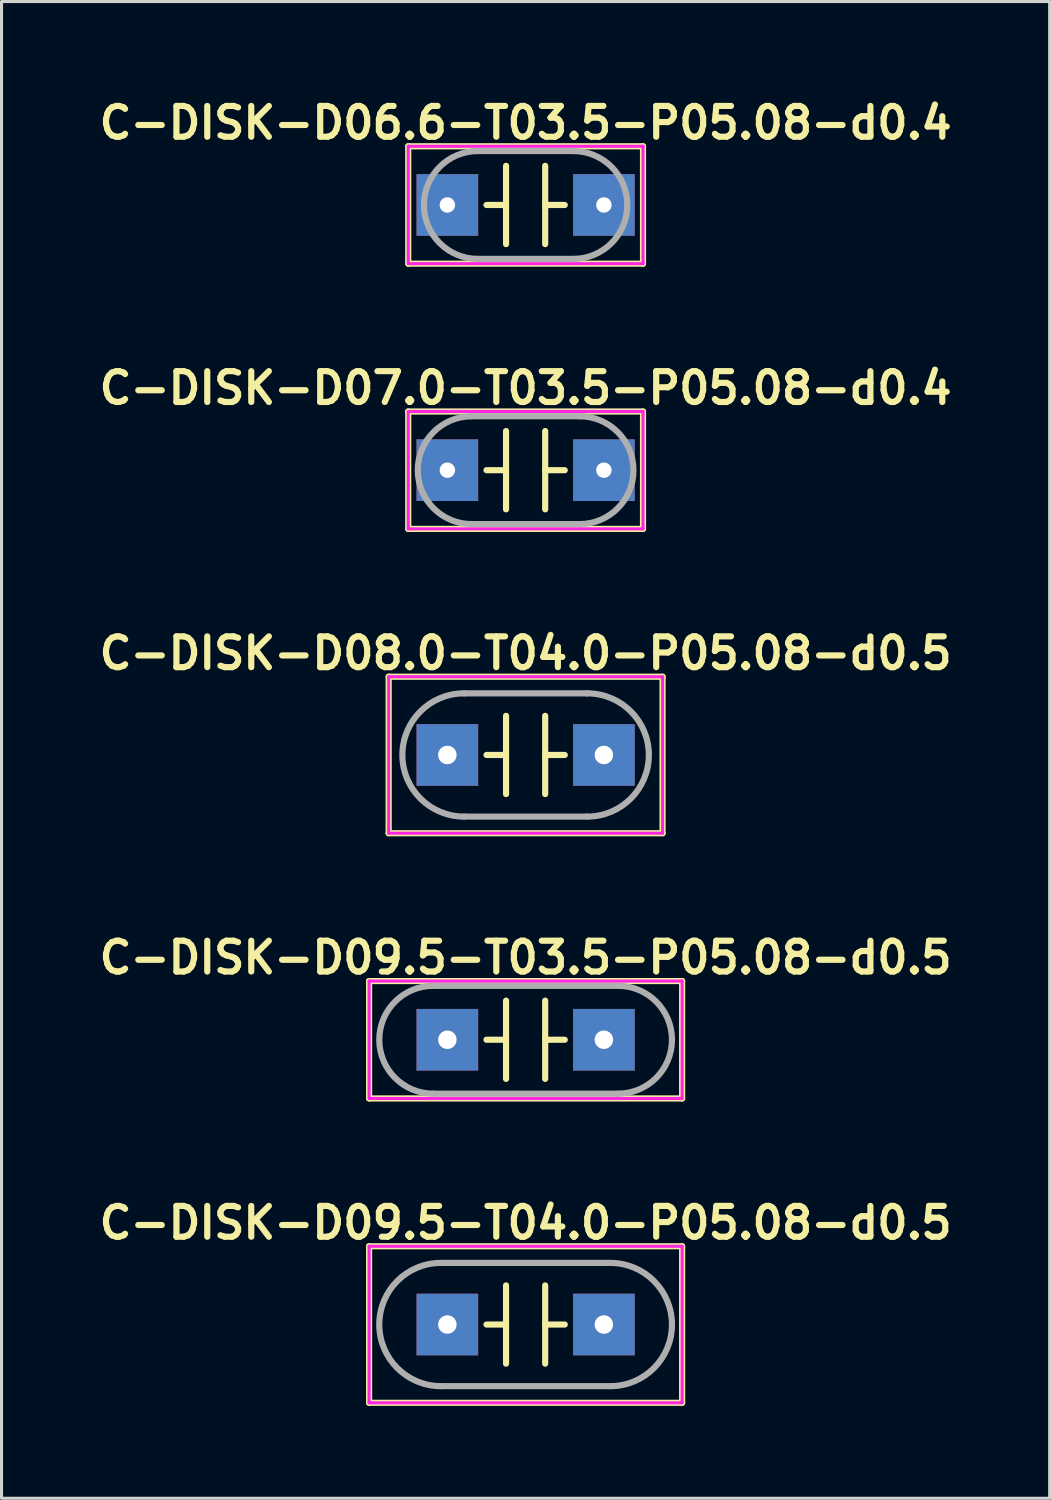
<source format=kicad_pcb>
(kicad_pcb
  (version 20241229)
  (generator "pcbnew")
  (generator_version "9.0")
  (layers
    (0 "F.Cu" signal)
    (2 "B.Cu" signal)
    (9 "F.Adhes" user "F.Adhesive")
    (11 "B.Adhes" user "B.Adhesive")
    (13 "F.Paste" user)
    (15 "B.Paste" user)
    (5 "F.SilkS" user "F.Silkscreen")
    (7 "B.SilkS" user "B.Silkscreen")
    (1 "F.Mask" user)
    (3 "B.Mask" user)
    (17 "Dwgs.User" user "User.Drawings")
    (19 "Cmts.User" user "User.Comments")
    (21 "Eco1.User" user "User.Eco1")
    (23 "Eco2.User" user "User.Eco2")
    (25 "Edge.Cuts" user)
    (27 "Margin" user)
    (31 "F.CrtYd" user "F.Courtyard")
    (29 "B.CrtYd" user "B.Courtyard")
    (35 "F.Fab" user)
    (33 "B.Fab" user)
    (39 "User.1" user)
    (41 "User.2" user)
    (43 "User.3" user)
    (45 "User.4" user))
  (footprint "C-DISK-D09.5-T04.0-P05.08-d0.5"
    (layer "F.Cu")
    (at 14.01 39.94)
    (property "Reference" "C-DISK-D09.5-T04.0-P05.08-d0.5" (at 0 -3.302 0) (layer "F.SilkS") (effects (font (size 1 1) (thickness 0.2))))
    (attr through_hole)
    (fp_line (start -5.08 -2.54) (end -5.08 2.54) (stroke (width 0.2) (type solid)) (layer "F.SilkS"))
    (fp_line (start -5.08 -2.54) (end 5.08 -2.54) (stroke (width 0.2) (type solid)) (layer "F.SilkS"))
    (fp_line (start -5.08 2.54) (end 5.08 2.54) (stroke (width 0.2) (type solid)) (layer "F.SilkS"))
    (fp_line (start -1.27 0) (end -0.635 0) (stroke (width 0.2) (type solid)) (layer "F.SilkS"))
    (fp_line (start -0.635 -1.27) (end -0.635 1.27) (stroke (width 0.2) (type solid)) (layer "F.SilkS"))
    (fp_line (start 0.635 -1.27) (end 0.635 1.27) (stroke (width 0.2) (type solid)) (layer "F.SilkS"))
    (fp_line (start 0.635 0) (end 1.27 0) (stroke (width 0.2) (type solid)) (layer "F.SilkS"))
    (fp_line (start 5.08 -2.54) (end 5.08 2.54) (stroke (width 0.2) (type solid)) (layer "F.SilkS"))
    (fp_line (start -5.08 -2.54) (end -5.08 2.54) (stroke (width 0.1) (type solid)) (layer "F.CrtYd"))
    (fp_line (start -5.08 -2.54) (end 5.08 -2.54) (stroke (width 0.1) (type solid)) (layer "F.CrtYd"))
    (fp_line (start -5.08 2.54) (end 5.08 2.54) (stroke (width 0.1) (type solid)) (layer "F.CrtYd"))
    (fp_line (start 5.08 -2.54) (end 5.08 2.54) (stroke (width 0.1) (type solid)) (layer "F.CrtYd"))
    (fp_line (start -2.75 -2) (end 2.75 -2) (stroke (width 0.2) (type solid)) (layer "F.Fab"))
    (fp_line (start -2.75 2) (end 2.75 2) (stroke (width 0.2) (type solid)) (layer "F.Fab"))
    (fp_arc (start -2.75 2) (mid -4.75 0) (end -2.75 -2) (stroke (width 0.2) (type solid)) (layer "F.Fab"))
    (fp_arc (start 2.75 -2) (mid 4.75 0) (end 2.75 2) (stroke (width 0.2) (type solid)) (layer "F.Fab"))
    (pad "1" thru_hole rect (at -2.54 0) (size 2 2) (drill 0.6) (layers "*.Cu" "*.Mask"))
    (pad "2" thru_hole rect (at 2.54 0) (size 2 2) (drill 0.6) (layers "*.Cu" "*.Mask")))
  (footprint "C-DISK-D08.0-T04.0-P05.08-d0.5"
    (layer "F.Cu")
    (at 14.01 21.454)
    (property "Reference" "C-DISK-D08.0-T04.0-P05.08-d0.5" (at 0 -3.302 0) (layer "F.SilkS") (effects (font (size 1 1) (thickness 0.2))))
    (attr through_hole)
    (fp_line (start -4.445 -2.54) (end -4.445 2.54) (stroke (width 0.2) (type solid)) (layer "F.SilkS"))
    (fp_line (start -4.445 -2.54) (end 4.445 -2.54) (stroke (width 0.2) (type solid)) (layer "F.SilkS"))
    (fp_line (start -4.445 2.54) (end 4.445 2.54) (stroke (width 0.2) (type solid)) (layer "F.SilkS"))
    (fp_line (start -1.27 0) (end -0.635 0) (stroke (width 0.2) (type solid)) (layer "F.SilkS"))
    (fp_line (start -0.635 -1.27) (end -0.635 1.27) (stroke (width 0.2) (type solid)) (layer "F.SilkS"))
    (fp_line (start 0.635 -1.27) (end 0.635 1.27) (stroke (width 0.2) (type solid)) (layer "F.SilkS"))
    (fp_line (start 0.635 0) (end 1.27 0) (stroke (width 0.2) (type solid)) (layer "F.SilkS"))
    (fp_line (start 4.445 -2.54) (end 4.445 2.54) (stroke (width 0.2) (type solid)) (layer "F.SilkS"))
    (fp_line (start -4.445 -2.54) (end -4.445 2.54) (stroke (width 0.1) (type solid)) (layer "F.CrtYd"))
    (fp_line (start -4.445 -2.54) (end 4.445 -2.54) (stroke (width 0.1) (type solid)) (layer "F.CrtYd"))
    (fp_line (start -4.445 2.54) (end 4.445 2.54) (stroke (width 0.1) (type solid)) (layer "F.CrtYd"))
    (fp_line (start 4.445 -2.54) (end 4.445 2.54) (stroke (width 0.1) (type solid)) (layer "F.CrtYd"))
    (fp_line (start -2 -2) (end 2 -2) (stroke (width 0.2) (type solid)) (layer "F.Fab"))
    (fp_line (start -2 2) (end 2 2) (stroke (width 0.2) (type solid)) (layer "F.Fab"))
    (fp_arc (start -2 2) (mid -4 0) (end -2 -2) (stroke (width 0.2) (type solid)) (layer "F.Fab"))
    (fp_arc (start 2 -2) (mid 4 0) (end 2 2) (stroke (width 0.2) (type solid)) (layer "F.Fab"))
    (pad "1" thru_hole rect (at -2.54 0) (size 2 2) (drill 0.6) (layers "*.Cu" "*.Mask"))
    (pad "2" thru_hole rect (at 2.54 0) (size 2 2) (drill 0.6) (layers "*.Cu" "*.Mask")))
  (footprint "C-DISK-D07.0-T03.5-P05.08-d0.4"
    (layer "F.Cu")
    (at 14.01 12.211)
    (property "Reference" "C-DISK-D07.0-T03.5-P05.08-d0.4" (at 0 -2.667 0) (layer "F.SilkS") (effects (font (size 1 1) (thickness 0.2))))
    (attr through_hole)
    (fp_line (start -3.81 -1.905) (end -3.81 1.905) (stroke (width 0.2) (type solid)) (layer "F.SilkS"))
    (fp_line (start -3.81 -1.905) (end 3.81 -1.905) (stroke (width 0.2) (type solid)) (layer "F.SilkS"))
    (fp_line (start -3.81 1.905) (end 3.81 1.905) (stroke (width 0.2) (type solid)) (layer "F.SilkS"))
    (fp_line (start -1.27 0) (end -0.635 0) (stroke (width 0.2) (type solid)) (layer "F.SilkS"))
    (fp_line (start -0.635 -1.27) (end -0.635 1.27) (stroke (width 0.2) (type solid)) (layer "F.SilkS"))
    (fp_line (start 0.635 -1.27) (end 0.635 1.27) (stroke (width 0.2) (type solid)) (layer "F.SilkS"))
    (fp_line (start 0.635 0) (end 1.27 0) (stroke (width 0.2) (type solid)) (layer "F.SilkS"))
    (fp_line (start 3.81 -1.905) (end 3.81 1.905) (stroke (width 0.2) (type solid)) (layer "F.SilkS"))
    (fp_line (start -3.81 -1.905) (end -3.81 1.905) (stroke (width 0.1) (type solid)) (layer "F.CrtYd"))
    (fp_line (start -3.81 -1.905) (end 3.81 -1.905) (stroke (width 0.1) (type solid)) (layer "F.CrtYd"))
    (fp_line (start -3.81 1.905) (end 3.81 1.905) (stroke (width 0.1) (type solid)) (layer "F.CrtYd"))
    (fp_line (start 3.81 -1.905) (end 3.81 1.905) (stroke (width 0.1) (type solid)) (layer "F.CrtYd"))
    (fp_line (start -1.75 -1.75) (end 1.75 -1.75) (stroke (width 0.2) (type solid)) (layer "F.Fab"))
    (fp_line (start -1.75 1.75) (end 1.75 1.75) (stroke (width 0.2) (type solid)) (layer "F.Fab"))
    (fp_arc (start -1.75 1.75) (mid -3.5 0) (end -1.75 -1.75) (stroke (width 0.2) (type solid)) (layer "F.Fab"))
    (fp_arc (start 1.75 -1.75) (mid 3.5 0) (end 1.75 1.75) (stroke (width 0.2) (type solid)) (layer "F.Fab"))
    (pad "1" thru_hole rect (at -2.54 0) (size 2 2) (drill 0.5) (layers "*.Cu" "*.Mask"))
    (pad "2" thru_hole rect (at 2.54 0) (size 2 2) (drill 0.5) (layers "*.Cu" "*.Mask")))
  (footprint "C-DISK-D09.5-T03.5-P05.08-d0.5"
    (layer "F.Cu")
    (at 14.01 30.697)
    (property "Reference" "C-DISK-D09.5-T03.5-P05.08-d0.5" (at 0 -2.667 0) (layer "F.SilkS") (effects (font (size 1 1) (thickness 0.2))))
    (attr through_hole)
    (fp_line (start -5.08 -1.905) (end -5.08 1.905) (stroke (width 0.2) (type solid)) (layer "F.SilkS"))
    (fp_line (start -5.08 -1.905) (end 5.08 -1.905) (stroke (width 0.2) (type solid)) (layer "F.SilkS"))
    (fp_line (start -5.08 1.905) (end 5.08 1.905) (stroke (width 0.2) (type solid)) (layer "F.SilkS"))
    (fp_line (start -1.27 0) (end -0.635 0) (stroke (width 0.2) (type solid)) (layer "F.SilkS"))
    (fp_line (start -0.635 -1.27) (end -0.635 1.27) (stroke (width 0.2) (type solid)) (layer "F.SilkS"))
    (fp_line (start 0.635 -1.27) (end 0.635 1.27) (stroke (width 0.2) (type solid)) (layer "F.SilkS"))
    (fp_line (start 0.635 0) (end 1.27 0) (stroke (width 0.2) (type solid)) (layer "F.SilkS"))
    (fp_line (start 5.08 -1.905) (end 5.08 1.905) (stroke (width 0.2) (type solid)) (layer "F.SilkS"))
    (fp_line (start -5.08 -1.905) (end -5.08 1.905) (stroke (width 0.1) (type solid)) (layer "F.CrtYd"))
    (fp_line (start -5.08 -1.905) (end 5.08 -1.905) (stroke (width 0.1) (type solid)) (layer "F.CrtYd"))
    (fp_line (start -5.08 1.905) (end 5.08 1.905) (stroke (width 0.1) (type solid)) (layer "F.CrtYd"))
    (fp_line (start 5.08 -1.905) (end 5.08 1.905) (stroke (width 0.1) (type solid)) (layer "F.CrtYd"))
    (fp_line (start -3 -1.75) (end 3 -1.75) (stroke (width 0.2) (type solid)) (layer "F.Fab"))
    (fp_line (start -3 1.75) (end 3 1.75) (stroke (width 0.2) (type solid)) (layer "F.Fab"))
    (fp_arc (start -3 1.75) (mid -4.75 0) (end -3 -1.75) (stroke (width 0.2) (type solid)) (layer "F.Fab"))
    (fp_arc (start 3 -1.75) (mid 4.75 0) (end 3 1.75) (stroke (width 0.2) (type solid)) (layer "F.Fab"))
    (pad "1" thru_hole rect (at -2.54 0) (size 2 2) (drill 0.6) (layers "*.Cu" "*.Mask"))
    (pad "2" thru_hole rect (at 2.54 0) (size 2 2) (drill 0.6) (layers "*.Cu" "*.Mask")))
  (footprint "C-DISK-D06.6-T03.5-P05.08-d0.4"
    (layer "F.Cu")
    (at 14.01 3.603)
    (property "Reference" "C-DISK-D06.6-T03.5-P05.08-d0.4" (at 0 -2.667 0) (layer "F.SilkS") (effects (font (size 1 1) (thickness 0.2))))
    (attr through_hole)
    (fp_line (start -3.81 -1.905) (end -3.81 1.905) (stroke (width 0.2) (type solid)) (layer "F.SilkS"))
    (fp_line (start -3.81 -1.905) (end 3.81 -1.905) (stroke (width 0.2) (type solid)) (layer "F.SilkS"))
    (fp_line (start -3.81 1.905) (end 3.81 1.905) (stroke (width 0.2) (type solid)) (layer "F.SilkS"))
    (fp_line (start -1.27 0) (end -0.635 0) (stroke (width 0.2) (type solid)) (layer "F.SilkS"))
    (fp_line (start -0.635 -1.27) (end -0.635 1.27) (stroke (width 0.2) (type solid)) (layer "F.SilkS"))
    (fp_line (start 0.635 -1.27) (end 0.635 1.27) (stroke (width 0.2) (type solid)) (layer "F.SilkS"))
    (fp_line (start 0.635 0) (end 1.27 0) (stroke (width 0.2) (type solid)) (layer "F.SilkS"))
    (fp_line (start 3.81 -1.905) (end 3.81 1.905) (stroke (width 0.2) (type solid)) (layer "F.SilkS"))
    (fp_line (start -3.81 -1.905) (end -3.81 1.905) (stroke (width 0.1) (type solid)) (layer "F.CrtYd"))
    (fp_line (start -3.81 -1.905) (end 3.81 -1.905) (stroke (width 0.1) (type solid)) (layer "F.CrtYd"))
    (fp_line (start -3.81 1.905) (end 3.81 1.905) (stroke (width 0.1) (type solid)) (layer "F.CrtYd"))
    (fp_line (start 3.81 -1.905) (end 3.81 1.905) (stroke (width 0.1) (type solid)) (layer "F.CrtYd"))
    (fp_line (start -1.55 -1.75) (end 1.55 -1.75) (stroke (width 0.2) (type solid)) (layer "F.Fab"))
    (fp_line (start -1.55 1.75) (end 1.55 1.75) (stroke (width 0.2) (type solid)) (layer "F.Fab"))
    (fp_arc (start -1.55 1.75) (mid -3.3 0) (end -1.55 -1.75) (stroke (width 0.2) (type solid)) (layer "F.Fab"))
    (fp_arc (start 1.55 -1.75) (mid 3.3 0) (end 1.55 1.75) (stroke (width 0.2) (type solid)) (layer "F.Fab"))
    (pad "1" thru_hole rect (at -2.54 0) (size 2 2) (drill 0.5) (layers "*.Cu" "*.Mask"))
    (pad "2" thru_hole rect (at 2.54 0) (size 2 2) (drill 0.5) (layers "*.Cu" "*.Mask")))
  (gr_rect
    (start -3 -3)
    (end 31.019 45.58)
    (stroke (width 0.1) (type default))
    (fill no)
    (layer "Edge.Cuts")))
</source>
